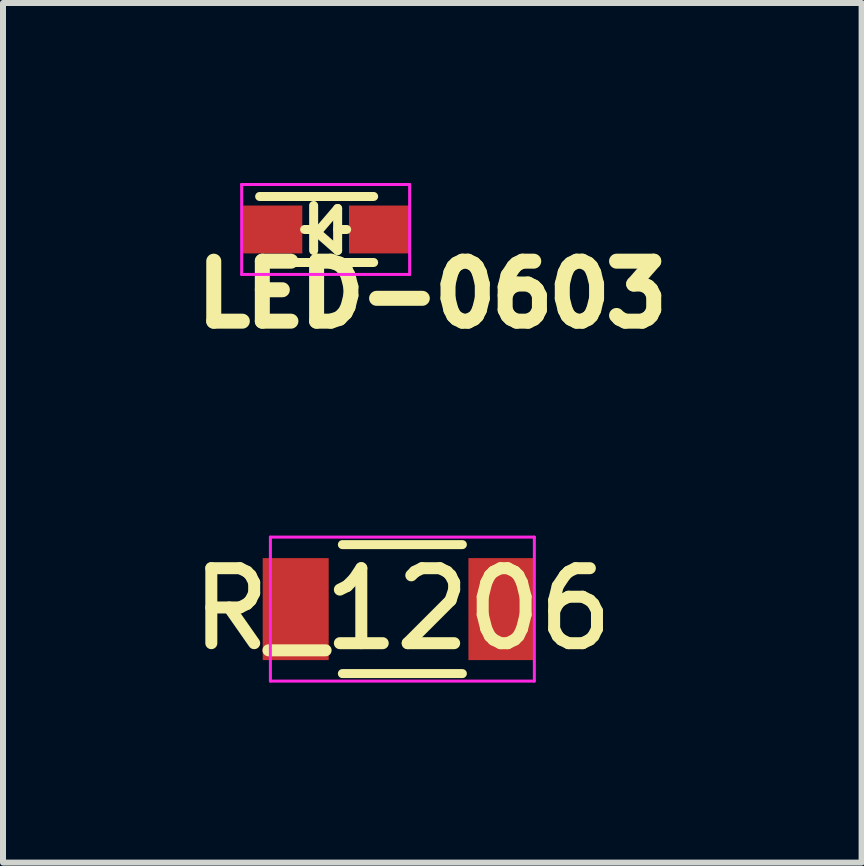
<source format=kicad_pcb>
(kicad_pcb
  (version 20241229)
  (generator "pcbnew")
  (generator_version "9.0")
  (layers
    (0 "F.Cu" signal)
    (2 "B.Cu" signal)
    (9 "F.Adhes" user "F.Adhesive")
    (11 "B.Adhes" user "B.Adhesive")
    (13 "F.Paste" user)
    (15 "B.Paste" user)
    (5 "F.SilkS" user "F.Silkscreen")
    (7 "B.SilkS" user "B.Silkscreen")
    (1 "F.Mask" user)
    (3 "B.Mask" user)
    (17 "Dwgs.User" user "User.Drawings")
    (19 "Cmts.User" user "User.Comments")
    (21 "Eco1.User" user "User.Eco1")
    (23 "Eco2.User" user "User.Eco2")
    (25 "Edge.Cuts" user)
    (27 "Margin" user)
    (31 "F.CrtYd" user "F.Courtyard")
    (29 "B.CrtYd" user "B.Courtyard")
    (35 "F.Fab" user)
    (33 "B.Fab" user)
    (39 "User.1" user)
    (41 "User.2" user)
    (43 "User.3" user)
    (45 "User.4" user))
  (footprint "LED-0603"
    (layer "F.Cu")
    (at 2.378 0.775)
    (property "Reference" "LED-0603" (at 1.778 1.079 0) (layer "F.SilkS") (effects (font (size 1 1) (thickness 0.25))))
    (attr smd)
    (fp_line (start -1.1 -0.55) (end 0.8 -0.55) (stroke (width 0.15) (type solid)) (layer "F.SilkS"))
    (fp_line (start -1.1 0.55) (end 0.8 0.55) (stroke (width 0.15) (type solid)) (layer "F.SilkS"))
    (fp_line (start -0.35 0) (end -0.15 0) (stroke (width 0.15) (type solid)) (layer "F.SilkS"))
    (fp_line (start -0.2 -0.4) (end -0.2 0.35) (stroke (width 0.15) (type solid)) (layer "F.SilkS"))
    (fp_line (start -0.2 0) (end -0.15 0) (stroke (width 0.15) (type solid)) (layer "F.SilkS"))
    (fp_line (start -0.1 0) (end 0.2 -0.35) (stroke (width 0.15) (type solid)) (layer "F.SilkS"))
    (fp_line (start 0.2 -0.35) (end 0.2 0.35) (stroke (width 0.15) (type solid)) (layer "F.SilkS"))
    (fp_line (start 0.2 0) (end 0.35 0) (stroke (width 0.15) (type solid)) (layer "F.SilkS"))
    (fp_line (start 0.2 0.35) (end -0.2 0) (stroke (width 0.15) (type solid)) (layer "F.SilkS"))
    (fp_line (start -1.4 -0.75) (end 1.4 -0.75) (stroke (width 0.05) (type solid)) (layer "F.CrtYd"))
    (fp_line (start -1.4 0.75) (end -1.4 -0.75) (stroke (width 0.05) (type solid)) (layer "F.CrtYd"))
    (fp_line (start 1.4 -0.75) (end 1.4 0.75) (stroke (width 0.05) (type solid)) (layer "F.CrtYd"))
    (fp_line (start 1.4 0.75) (end -1.4 0.75) (stroke (width 0.05) (type solid)) (layer "F.CrtYd"))
    (pad "1" smd rect (at -0.889 0 180) (size 1 0.798) (layers "F.Cu" "F.Mask" "F.Paste"))
    (pad "2" smd rect (at 0.889 0 180) (size 1 0.798) (layers "F.Cu" "F.Mask" "F.Paste")))
  (footprint "R_1206"
    (layer "F.Cu")
    (at 3.657 7.103)
    (property "Reference" "R_1206" (at 0 0 0) (layer "F.SilkS") (effects (font (size 1.25 1.25) (thickness 0.2))))
    (attr smd)
    (fp_line (start -1 -1.075) (end 1 -1.075) (stroke (width 0.15) (type solid)) (layer "F.SilkS"))
    (fp_line (start 1 1.075) (end -1 1.075) (stroke (width 0.15) (type solid)) (layer "F.SilkS"))
    (fp_line (start -2.2 -1.2) (end -2.2 1.2) (stroke (width 0.05) (type solid)) (layer "F.CrtYd"))
    (fp_line (start -2.2 -1.2) (end 2.2 -1.2) (stroke (width 0.05) (type solid)) (layer "F.CrtYd"))
    (fp_line (start -2.2 1.2) (end 2.2 1.2) (stroke (width 0.05) (type solid)) (layer "F.CrtYd"))
    (fp_line (start 2.2 -1.2) (end 2.2 1.2) (stroke (width 0.05) (type solid)) (layer "F.CrtYd"))
    (pad "1" smd rect (at -1.778 0) (size 1.1 1.7) (layers "F.Cu" "F.Mask" "F.Paste"))
    (pad "2" smd rect (at 1.651 0) (size 1.1 1.7) (layers "F.Cu" "F.Mask" "F.Paste")))
  (gr_rect
    (start -3 -3)
    (end 11.312 11.328)
    (stroke (width 0.1) (type default))
    (fill no)
    (layer "Edge.Cuts")))
</source>
